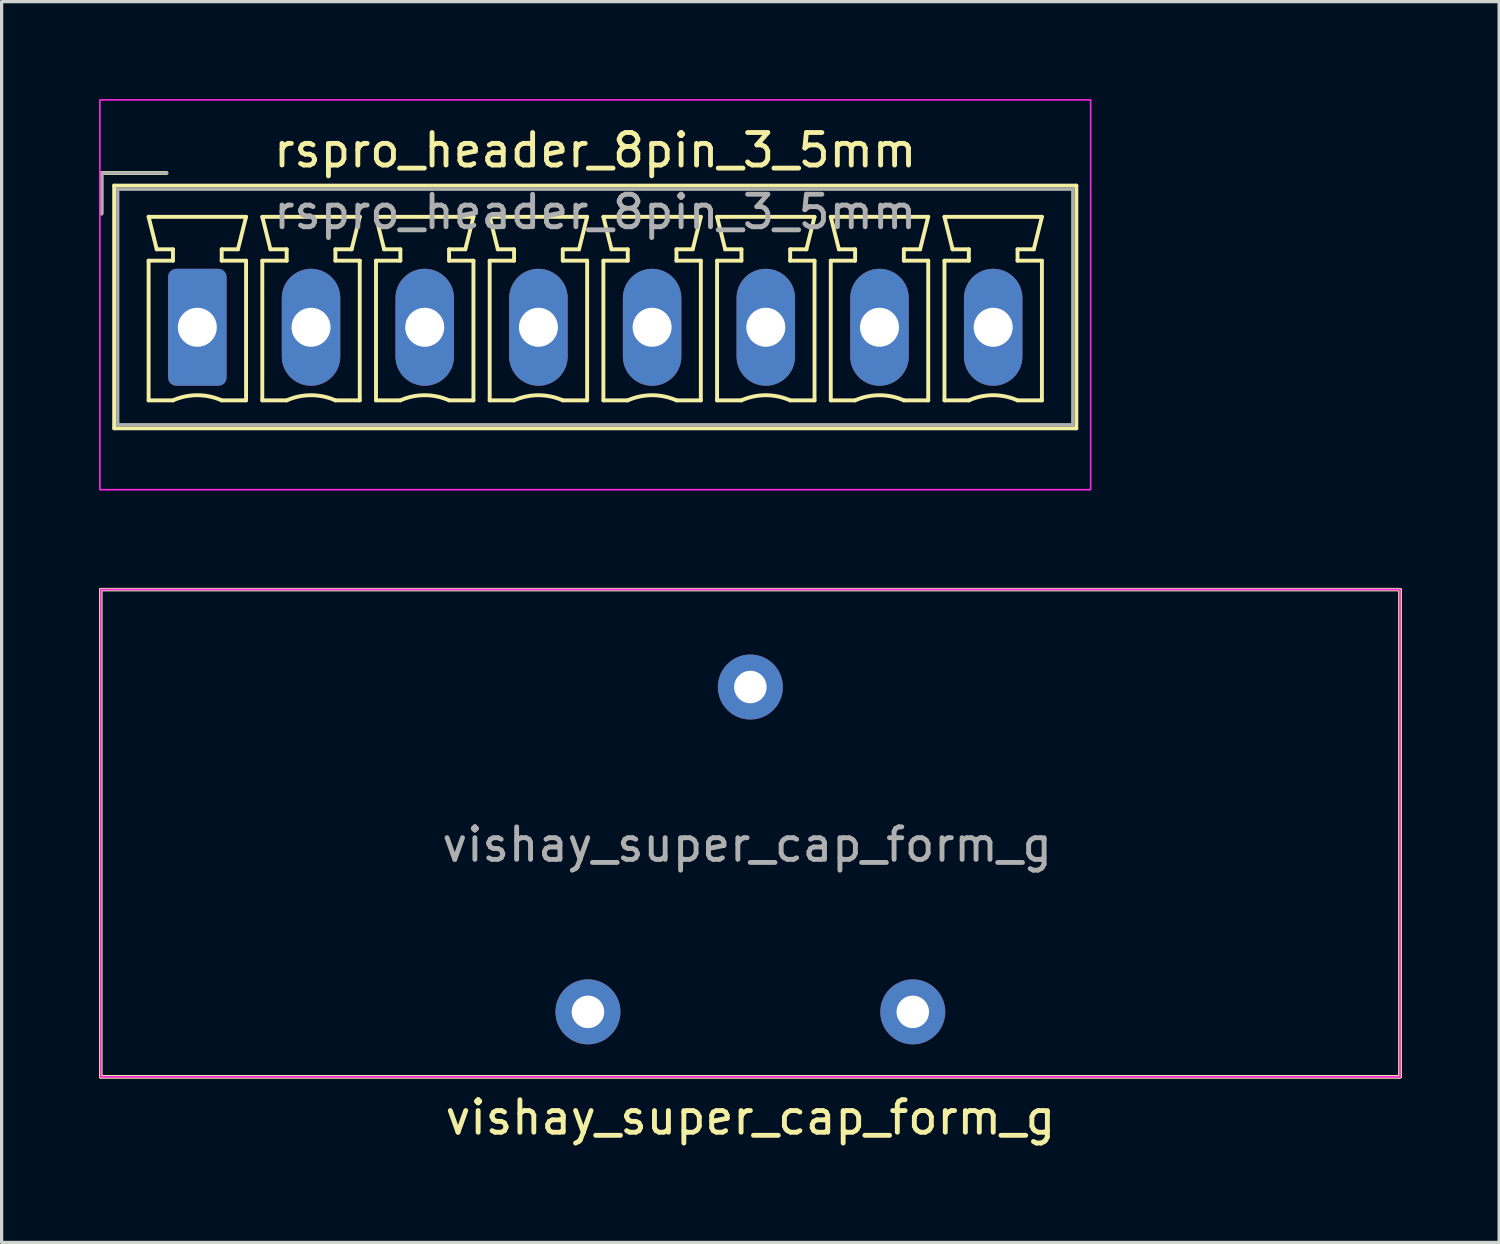
<source format=kicad_pcb>
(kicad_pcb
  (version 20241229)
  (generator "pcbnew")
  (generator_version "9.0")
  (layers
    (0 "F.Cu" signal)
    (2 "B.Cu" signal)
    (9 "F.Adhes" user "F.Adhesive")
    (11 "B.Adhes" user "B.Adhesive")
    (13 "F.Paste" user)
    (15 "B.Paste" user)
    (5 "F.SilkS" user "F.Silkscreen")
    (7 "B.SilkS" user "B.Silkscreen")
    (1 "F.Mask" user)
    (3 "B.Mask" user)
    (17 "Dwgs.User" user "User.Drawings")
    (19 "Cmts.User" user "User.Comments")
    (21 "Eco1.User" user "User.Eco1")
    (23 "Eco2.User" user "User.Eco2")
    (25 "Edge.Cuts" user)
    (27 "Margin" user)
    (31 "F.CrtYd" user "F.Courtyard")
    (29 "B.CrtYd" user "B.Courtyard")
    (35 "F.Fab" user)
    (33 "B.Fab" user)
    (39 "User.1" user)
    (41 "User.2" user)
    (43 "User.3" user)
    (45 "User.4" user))
  (footprint "vishay_super_cap_form_g"
    (layer "F.Cu")
    (at 20.05 28.1)
    (property "Reference" "vishay_super_cap_form_g" (at 0 3.25 0) (unlocked yes) (layer "F.SilkS") (effects (font (size 1 1) (thickness 0.15))))
    (attr through_hole)
    (fp_line (start -20 -13) (end -20 2) (stroke (width 0.1) (type default)) (layer "F.SilkS"))
    (fp_line (start -20 -13) (end -20 2) (stroke (width 0.1) (type default)) (layer "F.SilkS"))
    (fp_line (start -20 -13) (end 20 -13) (stroke (width 0.1) (type default)) (layer "F.SilkS"))
    (fp_line (start -20 -13) (end 20 -13) (stroke (width 0.1) (type default)) (layer "F.SilkS"))
    (fp_line (start -20 2) (end 20 2) (stroke (width 0.1) (type default)) (layer "F.SilkS"))
    (fp_line (start -20 2) (end 20 2) (stroke (width 0.1) (type default)) (layer "F.SilkS"))
    (fp_line (start 20 -13) (end 20 2) (stroke (width 0.1) (type default)) (layer "F.SilkS"))
    (fp_line (start 20 -13) (end 20 2) (stroke (width 0.1) (type default)) (layer "F.SilkS"))
    (fp_line (start -20 -13) (end -20 2) (stroke (width 0.05) (type default)) (layer "F.CrtYd"))
    (fp_line (start -20 -13) (end 20 -13) (stroke (width 0.05) (type default)) (layer "F.CrtYd"))
    (fp_line (start -20 2) (end 20 2) (stroke (width 0.05) (type default)) (layer "F.CrtYd"))
    (fp_line (start 20 -13) (end 20 2) (stroke (width 0.05) (type default)) (layer "F.CrtYd"))
    (fp_line (start -20 -13) (end -20 2) (stroke (width 0.05) (type default)) (layer "F.Fab"))
    (fp_line (start -20 -13) (end 20 -13) (stroke (width 0.05) (type default)) (layer "F.Fab"))
    (fp_line (start -20 2) (end 20 2) (stroke (width 0.05) (type default)) (layer "F.Fab"))
    (fp_line (start 20 -13) (end 20 2) (stroke (width 0.05) (type default)) (layer "F.Fab"))
    (fp_text user "${REFERENCE}" (at -0.1 -5.15 0) (unlocked yes) (layer "F.Fab") (effects (font (size 1 1) (thickness 0.15))))
    (pad "1" thru_hole circle (at 0 -10) (size 2 2) (drill 1) (layers "*.Cu" "*.Mask"))
    (pad "2" thru_hole circle (at -5 0) (size 2 2) (drill 1) (layers "*.Cu" "*.Mask"))
    (pad "3" thru_hole circle (at 5 0) (size 2 2) (drill 1) (layers "*.Cu" "*.Mask")))
  (footprint "rspro_header_8pin_3_5mm"
    (layer "F.Cu")
    (at 3.025 7.025)
    (property "Reference" "rspro_header_8pin_3_5mm" (at 12.25 -5.45 0) (layer "F.SilkS") (effects (font (size 1 1) (thickness 0.15))))
    (attr through_hole)
    (fp_line (start -2.95 -4.75) (end -0.95 -4.75) (stroke (width 0.12) (type solid)) (layer "F.SilkS"))
    (fp_line (start -2.95 -3.5) (end -2.95 -4.75) (stroke (width 0.12) (type solid)) (layer "F.SilkS"))
    (fp_line (start -2.56 -4.36) (end -2.56 3.11) (stroke (width 0.12) (type solid)) (layer "F.SilkS"))
    (fp_line (start -2.56 3.11) (end 27.06 3.11) (stroke (width 0.12) (type solid)) (layer "F.SilkS"))
    (fp_line (start -1.5 -3.4) (end 1.5 -3.4) (stroke (width 0.12) (type solid)) (layer "F.SilkS"))
    (fp_line (start -1.5 -2.05) (end -0.75 -2.05) (stroke (width 0.12) (type solid)) (layer "F.SilkS"))
    (fp_line (start -1.5 2.25) (end -1.5 -2.05) (stroke (width 0.12) (type solid)) (layer "F.SilkS"))
    (fp_line (start -1.25 -2.4) (end -1.5 -3.4) (stroke (width 0.12) (type solid)) (layer "F.SilkS"))
    (fp_line (start -0.75 -2.4) (end -1.25 -2.4) (stroke (width 0.12) (type solid)) (layer "F.SilkS"))
    (fp_line (start -0.75 -2.05) (end -0.75 -2.4) (stroke (width 0.12) (type solid)) (layer "F.SilkS"))
    (fp_line (start -0.75 2.25) (end -1.5 2.25) (stroke (width 0.12) (type solid)) (layer "F.SilkS"))
    (fp_line (start 0.75 -2.4) (end 0.75 -2.05) (stroke (width 0.12) (type solid)) (layer "F.SilkS"))
    (fp_line (start 0.75 -2.05) (end 1.5 -2.05) (stroke (width 0.12) (type solid)) (layer "F.SilkS"))
    (fp_line (start 1.25 -2.4) (end 0.75 -2.4) (stroke (width 0.12) (type solid)) (layer "F.SilkS"))
    (fp_line (start 1.5 -3.4) (end 1.25 -2.4) (stroke (width 0.12) (type solid)) (layer "F.SilkS"))
    (fp_line (start 1.5 -2.05) (end 1.5 2.25) (stroke (width 0.12) (type solid)) (layer "F.SilkS"))
    (fp_line (start 1.5 2.25) (end 0.75 2.25) (stroke (width 0.12) (type solid)) (layer "F.SilkS"))
    (fp_line (start 2 -3.4) (end 5 -3.4) (stroke (width 0.12) (type solid)) (layer "F.SilkS"))
    (fp_line (start 2 -2.05) (end 2.75 -2.05) (stroke (width 0.12) (type solid)) (layer "F.SilkS"))
    (fp_line (start 2 2.25) (end 2 -2.05) (stroke (width 0.12) (type solid)) (layer "F.SilkS"))
    (fp_line (start 2.25 -2.4) (end 2 -3.4) (stroke (width 0.12) (type solid)) (layer "F.SilkS"))
    (fp_line (start 2.75 -2.4) (end 2.25 -2.4) (stroke (width 0.12) (type solid)) (layer "F.SilkS"))
    (fp_line (start 2.75 -2.05) (end 2.75 -2.4) (stroke (width 0.12) (type solid)) (layer "F.SilkS"))
    (fp_line (start 2.75 2.25) (end 2 2.25) (stroke (width 0.12) (type solid)) (layer "F.SilkS"))
    (fp_line (start 4.25 -2.4) (end 4.25 -2.05) (stroke (width 0.12) (type solid)) (layer "F.SilkS"))
    (fp_line (start 4.25 -2.05) (end 5 -2.05) (stroke (width 0.12) (type solid)) (layer "F.SilkS"))
    (fp_line (start 4.75 -2.4) (end 4.25 -2.4) (stroke (width 0.12) (type solid)) (layer "F.SilkS"))
    (fp_line (start 5 -3.4) (end 4.75 -2.4) (stroke (width 0.12) (type solid)) (layer "F.SilkS"))
    (fp_line (start 5 -2.05) (end 5 2.25) (stroke (width 0.12) (type solid)) (layer "F.SilkS"))
    (fp_line (start 5 2.25) (end 4.25 2.25) (stroke (width 0.12) (type solid)) (layer "F.SilkS"))
    (fp_line (start 5.5 -3.4) (end 8.5 -3.4) (stroke (width 0.12) (type solid)) (layer "F.SilkS"))
    (fp_line (start 5.5 -2.05) (end 6.25 -2.05) (stroke (width 0.12) (type solid)) (layer "F.SilkS"))
    (fp_line (start 5.5 2.25) (end 5.5 -2.05) (stroke (width 0.12) (type solid)) (layer "F.SilkS"))
    (fp_line (start 5.75 -2.4) (end 5.5 -3.4) (stroke (width 0.12) (type solid)) (layer "F.SilkS"))
    (fp_line (start 6.25 -2.4) (end 5.75 -2.4) (stroke (width 0.12) (type solid)) (layer "F.SilkS"))
    (fp_line (start 6.25 -2.05) (end 6.25 -2.4) (stroke (width 0.12) (type solid)) (layer "F.SilkS"))
    (fp_line (start 6.25 2.25) (end 5.5 2.25) (stroke (width 0.12) (type solid)) (layer "F.SilkS"))
    (fp_line (start 7.75 -2.4) (end 7.75 -2.05) (stroke (width 0.12) (type solid)) (layer "F.SilkS"))
    (fp_line (start 7.75 -2.05) (end 8.5 -2.05) (stroke (width 0.12) (type solid)) (layer "F.SilkS"))
    (fp_line (start 8.25 -2.4) (end 7.75 -2.4) (stroke (width 0.12) (type solid)) (layer "F.SilkS"))
    (fp_line (start 8.5 -3.4) (end 8.25 -2.4) (stroke (width 0.12) (type solid)) (layer "F.SilkS"))
    (fp_line (start 8.5 -2.05) (end 8.5 2.25) (stroke (width 0.12) (type solid)) (layer "F.SilkS"))
    (fp_line (start 8.5 2.25) (end 7.75 2.25) (stroke (width 0.12) (type solid)) (layer "F.SilkS"))
    (fp_line (start 9 -3.4) (end 12 -3.4) (stroke (width 0.12) (type solid)) (layer "F.SilkS"))
    (fp_line (start 9 -2.05) (end 9.75 -2.05) (stroke (width 0.12) (type solid)) (layer "F.SilkS"))
    (fp_line (start 9 2.25) (end 9 -2.05) (stroke (width 0.12) (type solid)) (layer "F.SilkS"))
    (fp_line (start 9.25 -2.4) (end 9 -3.4) (stroke (width 0.12) (type solid)) (layer "F.SilkS"))
    (fp_line (start 9.75 -2.4) (end 9.25 -2.4) (stroke (width 0.12) (type solid)) (layer "F.SilkS"))
    (fp_line (start 9.75 -2.05) (end 9.75 -2.4) (stroke (width 0.12) (type solid)) (layer "F.SilkS"))
    (fp_line (start 9.75 2.25) (end 9 2.25) (stroke (width 0.12) (type solid)) (layer "F.SilkS"))
    (fp_line (start 11.25 -2.4) (end 11.25 -2.05) (stroke (width 0.12) (type solid)) (layer "F.SilkS"))
    (fp_line (start 11.25 -2.05) (end 12 -2.05) (stroke (width 0.12) (type solid)) (layer "F.SilkS"))
    (fp_line (start 11.75 -2.4) (end 11.25 -2.4) (stroke (width 0.12) (type solid)) (layer "F.SilkS"))
    (fp_line (start 12 -3.4) (end 11.75 -2.4) (stroke (width 0.12) (type solid)) (layer "F.SilkS"))
    (fp_line (start 12 -2.05) (end 12 2.25) (stroke (width 0.12) (type solid)) (layer "F.SilkS"))
    (fp_line (start 12 2.25) (end 11.25 2.25) (stroke (width 0.12) (type solid)) (layer "F.SilkS"))
    (fp_line (start 12.5 -3.4) (end 15.5 -3.4) (stroke (width 0.12) (type solid)) (layer "F.SilkS"))
    (fp_line (start 12.5 -2.05) (end 13.25 -2.05) (stroke (width 0.12) (type solid)) (layer "F.SilkS"))
    (fp_line (start 12.5 2.25) (end 12.5 -2.05) (stroke (width 0.12) (type solid)) (layer "F.SilkS"))
    (fp_line (start 12.75 -2.4) (end 12.5 -3.4) (stroke (width 0.12) (type solid)) (layer "F.SilkS"))
    (fp_line (start 13.25 -2.4) (end 12.75 -2.4) (stroke (width 0.12) (type solid)) (layer "F.SilkS"))
    (fp_line (start 13.25 -2.05) (end 13.25 -2.4) (stroke (width 0.12) (type solid)) (layer "F.SilkS"))
    (fp_line (start 13.25 2.25) (end 12.5 2.25) (stroke (width 0.12) (type solid)) (layer "F.SilkS"))
    (fp_line (start 14.75 -2.4) (end 14.75 -2.05) (stroke (width 0.12) (type solid)) (layer "F.SilkS"))
    (fp_line (start 14.75 -2.05) (end 15.5 -2.05) (stroke (width 0.12) (type solid)) (layer "F.SilkS"))
    (fp_line (start 15.25 -2.4) (end 14.75 -2.4) (stroke (width 0.12) (type solid)) (layer "F.SilkS"))
    (fp_line (start 15.5 -3.4) (end 15.25 -2.4) (stroke (width 0.12) (type solid)) (layer "F.SilkS"))
    (fp_line (start 15.5 -2.05) (end 15.5 2.25) (stroke (width 0.12) (type solid)) (layer "F.SilkS"))
    (fp_line (start 15.5 2.25) (end 14.75 2.25) (stroke (width 0.12) (type solid)) (layer "F.SilkS"))
    (fp_line (start 16 -3.4) (end 19 -3.4) (stroke (width 0.12) (type solid)) (layer "F.SilkS"))
    (fp_line (start 16 -2.05) (end 16.75 -2.05) (stroke (width 0.12) (type solid)) (layer "F.SilkS"))
    (fp_line (start 16 2.25) (end 16 -2.05) (stroke (width 0.12) (type solid)) (layer "F.SilkS"))
    (fp_line (start 16.25 -2.4) (end 16 -3.4) (stroke (width 0.12) (type solid)) (layer "F.SilkS"))
    (fp_line (start 16.75 -2.4) (end 16.25 -2.4) (stroke (width 0.12) (type solid)) (layer "F.SilkS"))
    (fp_line (start 16.75 -2.05) (end 16.75 -2.4) (stroke (width 0.12) (type solid)) (layer "F.SilkS"))
    (fp_line (start 16.75 2.25) (end 16 2.25) (stroke (width 0.12) (type solid)) (layer "F.SilkS"))
    (fp_line (start 18.25 -2.4) (end 18.25 -2.05) (stroke (width 0.12) (type solid)) (layer "F.SilkS"))
    (fp_line (start 18.25 -2.05) (end 19 -2.05) (stroke (width 0.12) (type solid)) (layer "F.SilkS"))
    (fp_line (start 18.75 -2.4) (end 18.25 -2.4) (stroke (width 0.12) (type solid)) (layer "F.SilkS"))
    (fp_line (start 19 -3.4) (end 18.75 -2.4) (stroke (width 0.12) (type solid)) (layer "F.SilkS"))
    (fp_line (start 19 -2.05) (end 19 2.25) (stroke (width 0.12) (type solid)) (layer "F.SilkS"))
    (fp_line (start 19 2.25) (end 18.25 2.25) (stroke (width 0.12) (type solid)) (layer "F.SilkS"))
    (fp_line (start 19.5 -3.4) (end 22.5 -3.4) (stroke (width 0.12) (type solid)) (layer "F.SilkS"))
    (fp_line (start 19.5 -2.05) (end 20.25 -2.05) (stroke (width 0.12) (type solid)) (layer "F.SilkS"))
    (fp_line (start 19.5 2.25) (end 19.5 -2.05) (stroke (width 0.12) (type solid)) (layer "F.SilkS"))
    (fp_line (start 19.75 -2.4) (end 19.5 -3.4) (stroke (width 0.12) (type solid)) (layer "F.SilkS"))
    (fp_line (start 20.25 -2.4) (end 19.75 -2.4) (stroke (width 0.12) (type solid)) (layer "F.SilkS"))
    (fp_line (start 20.25 -2.05) (end 20.25 -2.4) (stroke (width 0.12) (type solid)) (layer "F.SilkS"))
    (fp_line (start 20.25 2.25) (end 19.5 2.25) (stroke (width 0.12) (type solid)) (layer "F.SilkS"))
    (fp_line (start 21.75 -2.4) (end 21.75 -2.05) (stroke (width 0.12) (type solid)) (layer "F.SilkS"))
    (fp_line (start 21.75 -2.05) (end 22.5 -2.05) (stroke (width 0.12) (type solid)) (layer "F.SilkS"))
    (fp_line (start 22.25 -2.4) (end 21.75 -2.4) (stroke (width 0.12) (type solid)) (layer "F.SilkS"))
    (fp_line (start 22.5 -3.4) (end 22.25 -2.4) (stroke (width 0.12) (type solid)) (layer "F.SilkS"))
    (fp_line (start 22.5 -2.05) (end 22.5 2.25) (stroke (width 0.12) (type solid)) (layer "F.SilkS"))
    (fp_line (start 22.5 2.25) (end 21.75 2.25) (stroke (width 0.12) (type solid)) (layer "F.SilkS"))
    (fp_line (start 23 -3.4) (end 26 -3.4) (stroke (width 0.12) (type solid)) (layer "F.SilkS"))
    (fp_line (start 23 -2.05) (end 23.75 -2.05) (stroke (width 0.12) (type solid)) (layer "F.SilkS"))
    (fp_line (start 23 2.25) (end 23 -2.05) (stroke (width 0.12) (type solid)) (layer "F.SilkS"))
    (fp_line (start 23.25 -2.4) (end 23 -3.4) (stroke (width 0.12) (type solid)) (layer "F.SilkS"))
    (fp_line (start 23.75 -2.4) (end 23.25 -2.4) (stroke (width 0.12) (type solid)) (layer "F.SilkS"))
    (fp_line (start 23.75 -2.05) (end 23.75 -2.4) (stroke (width 0.12) (type solid)) (layer "F.SilkS"))
    (fp_line (start 23.75 2.25) (end 23 2.25) (stroke (width 0.12) (type solid)) (layer "F.SilkS"))
    (fp_line (start 25.25 -2.4) (end 25.25 -2.05) (stroke (width 0.12) (type solid)) (layer "F.SilkS"))
    (fp_line (start 25.25 -2.05) (end 26 -2.05) (stroke (width 0.12) (type solid)) (layer "F.SilkS"))
    (fp_line (start 25.75 -2.4) (end 25.25 -2.4) (stroke (width 0.12) (type solid)) (layer "F.SilkS"))
    (fp_line (start 26 -3.4) (end 25.75 -2.4) (stroke (width 0.12) (type solid)) (layer "F.SilkS"))
    (fp_line (start 26 -2.05) (end 26 2.25) (stroke (width 0.12) (type solid)) (layer "F.SilkS"))
    (fp_line (start 26 2.25) (end 25.25 2.25) (stroke (width 0.12) (type solid)) (layer "F.SilkS"))
    (fp_line (start 27.06 -4.36) (end -2.56 -4.36) (stroke (width 0.12) (type solid)) (layer "F.SilkS"))
    (fp_line (start 27.06 3.11) (end 27.06 -4.36) (stroke (width 0.12) (type solid)) (layer "F.SilkS"))
    (fp_arc (start -0.75 2.25) (mid -0.000193 2.09191) (end 0.749647 2.249844) (stroke (width 0.12) (type solid)) (layer "F.SilkS"))
    (fp_arc (start 2.75 2.25) (mid 3.499807 2.09191) (end 4.249647 2.249844) (stroke (width 0.12) (type solid)) (layer "F.SilkS"))
    (fp_arc (start 6.25 2.25) (mid 6.999807 2.09191) (end 7.749647 2.249844) (stroke (width 0.12) (type solid)) (layer "F.SilkS"))
    (fp_arc (start 9.75 2.25) (mid 10.499807 2.09191) (end 11.249647 2.249844) (stroke (width 0.12) (type solid)) (layer "F.SilkS"))
    (fp_arc (start 13.25 2.25) (mid 13.999807 2.09191) (end 14.749647 2.249844) (stroke (width 0.12) (type solid)) (layer "F.SilkS"))
    (fp_arc (start 16.75 2.25) (mid 17.499807 2.09191) (end 18.249647 2.249844) (stroke (width 0.12) (type solid)) (layer "F.SilkS"))
    (fp_arc (start 20.25 2.25) (mid 20.999807 2.09191) (end 21.749647 2.249844) (stroke (width 0.12) (type solid)) (layer "F.SilkS"))
    (fp_arc (start 23.75 2.25) (mid 24.499807 2.09191) (end 25.249647 2.249844) (stroke (width 0.12) (type solid)) (layer "F.SilkS"))
    (fp_rect (start -3 -7) (end 27.5 5) (stroke (width 0.05) (type default)) (fill no) (layer "F.CrtYd"))
    (fp_line (start -2.95 -4.75) (end -0.95 -4.75) (stroke (width 0.1) (type solid)) (layer "F.Fab"))
    (fp_line (start -2.95 -3.5) (end -2.95 -4.75) (stroke (width 0.1) (type solid)) (layer "F.Fab"))
    (fp_line (start -2.45 -4.25) (end -2.45 3) (stroke (width 0.1) (type solid)) (layer "F.Fab"))
    (fp_line (start -2.45 3) (end 26.95 3) (stroke (width 0.1) (type solid)) (layer "F.Fab"))
    (fp_line (start 26.95 -4.25) (end -2.45 -4.25) (stroke (width 0.1) (type solid)) (layer "F.Fab"))
    (fp_line (start 26.95 3) (end 26.95 -4.25) (stroke (width 0.1) (type solid)) (layer "F.Fab"))
    (fp_text user "${REFERENCE}" (at 12.25 -3.55 0) (layer "F.Fab") (effects (font (size 1 1) (thickness 0.15))))
    (pad "1" thru_hole roundrect (at 0 0) (size 1.8 3.6) (drill 1.2) (layers "*.Cu" "*.Mask") (roundrect_rratio 0.139))
    (pad "2" thru_hole oval (at 3.5 0) (size 1.8 3.6) (drill 1.2) (layers "*.Cu" "*.Mask"))
    (pad "3" thru_hole oval (at 7 0) (size 1.8 3.6) (drill 1.2) (layers "*.Cu" "*.Mask"))
    (pad "4" thru_hole oval (at 10.5 0) (size 1.8 3.6) (drill 1.2) (layers "*.Cu" "*.Mask"))
    (pad "5" thru_hole oval (at 14 0) (size 1.8 3.6) (drill 1.2) (layers "*.Cu" "*.Mask"))
    (pad "6" thru_hole oval (at 17.5 0) (size 1.8 3.6) (drill 1.2) (layers "*.Cu" "*.Mask"))
    (pad "7" thru_hole oval (at 21 0) (size 1.8 3.6) (drill 1.2) (layers "*.Cu" "*.Mask"))
    (pad "8" thru_hole oval (at 24.5 0) (size 1.8 3.6) (drill 1.2) (layers "*.Cu" "*.Mask")))
  (gr_rect
    (start -3 -3)
    (end 43.1 35.198)
    (stroke (width 0.1) (type default))
    (fill no)
    (layer "Edge.Cuts")))
</source>
